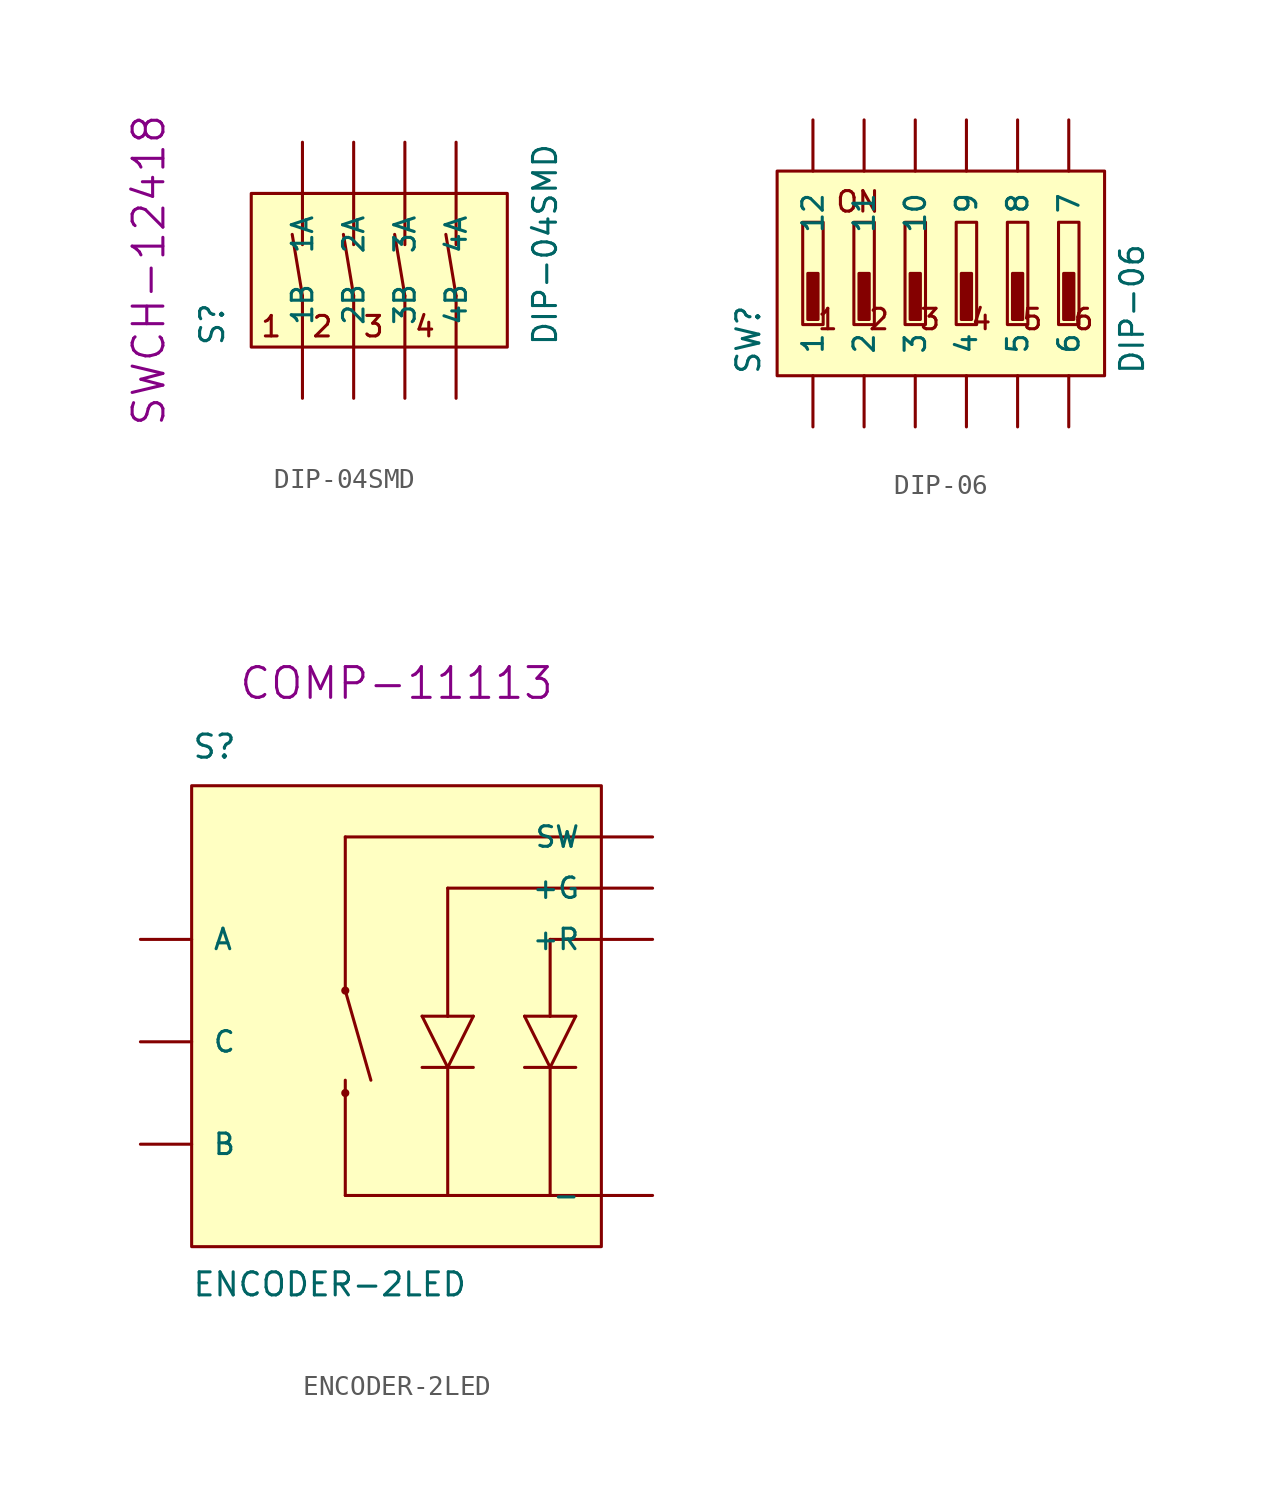
<source format=kicad_sym>
(kicad_symbol_lib
  (version 20211014)
  (generator kicad_symbol_editor)
  (symbol "DIP-04SMD"
    (pin_numbers hide)
    (pin_names
      (offset 1.016))
    (property "Reference" "S"
      (at -7.62 -3.81 90)
      (effects (font (size 1.143 1.143)) (justify left bottom)))
    (property "Value" "DIP-04SMD"
      (at 8.89 -3.81 90)
      (effects (font (size 1.143 1.143)) (justify left bottom)))
    (property "Field4" "SWCH-12418"
      (at -11.43 0 90)
      (effects (font (size 1.524 1.524))))
    (property "ki_locked" ""
      (at 0 0 0)
      (effects (font (size 1.27 1.27))))
    (symbol "DIP-04SMD_1_0"
      (polyline (pts (xy -3.81 -3.81) (xy -3.81 -1.27)) (stroke (width 0) (type default) (color 0 0 0 0)) (fill (type none)))
      (polyline (pts (xy -3.81 -1.27) (xy -4.318 1.778)) (stroke (width 0) (type default) (color 0 0 0 0)) (fill (type none)))
      (polyline (pts (xy -3.81 3.81) (xy -3.81 1.27)) (stroke (width 0) (type default) (color 0 0 0 0)) (fill (type none)))
      (polyline (pts (xy -1.27 -3.81) (xy -1.27 -1.27)) (stroke (width 0) (type default) (color 0 0 0 0)) (fill (type none)))
      (polyline (pts (xy -1.27 -1.27) (xy -1.778 1.778)) (stroke (width 0) (type default) (color 0 0 0 0)) (fill (type none)))
      (polyline (pts (xy -1.27 3.81) (xy -1.27 1.27)) (stroke (width 0) (type default) (color 0 0 0 0)) (fill (type none)))
      (polyline (pts (xy 1.27 -3.81) (xy 1.27 -1.27)) (stroke (width 0) (type default) (color 0 0 0 0)) (fill (type none)))
      (polyline (pts (xy 1.27 -1.27) (xy 0.762 1.778)) (stroke (width 0) (type default) (color 0 0 0 0)) (fill (type none)))
      (polyline (pts (xy 1.27 3.81) (xy 1.27 1.27)) (stroke (width 0) (type default) (color 0 0 0 0)) (fill (type none)))
      (polyline (pts (xy 3.81 -3.81) (xy 3.81 -1.27)) (stroke (width 0) (type default) (color 0 0 0 0)) (fill (type none)))
      (polyline (pts (xy 3.81 -1.27) (xy 3.302 1.778)) (stroke (width 0) (type default) (color 0 0 0 0)) (fill (type none)))
      (polyline (pts (xy 3.81 3.81) (xy 3.81 1.27)) (stroke (width 0) (type default) (color 0 0 0 0)) (fill (type none)))
      (text "1" (at -5.359 -2.794 0) (effects (font (size 1.016 1.016))))
      (text "2" (at -2.819 -2.794 0) (effects (font (size 1.016 1.016))))
      (text "3" (at -0.279 -2.794 0) (effects (font (size 1.016 1.016))))
      (text "4" (at 2.261 -2.794 0) (effects (font (size 1.016 1.016)))))
    (symbol "DIP-04SMD_1_1"
      (polyline (pts (xy -6.35 3.81) (xy 6.35 3.81) (xy 6.35 -3.81) (xy -6.35 -3.81) (xy -6.35 3.81)) (stroke (width 0) (type default) (color 0 0 0 0)) (fill (type background)))
      (pin bidirectional line (at -3.81 6.35 270) (length 2.54) (name "1A" (effects (font (size 1.016 1.016)))) (number "1" (effects (font (size 1.016 1.016)))))
      (pin bidirectional line (at -1.27 6.35 270) (length 2.54) (name "2A" (effects (font (size 1.016 1.016)))) (number "2" (effects (font (size 1.016 1.016)))))
      (pin bidirectional line (at 1.27 6.35 270) (length 2.54) (name "3A" (effects (font (size 1.016 1.016)))) (number "3" (effects (font (size 1.016 1.016)))))
      (pin bidirectional line (at 3.81 6.35 270) (length 2.54) (name "4A" (effects (font (size 1.016 1.016)))) (number "4" (effects (font (size 1.016 1.016)))))
      (pin bidirectional line (at 3.81 -6.35 90) (length 2.54) (name "4B" (effects (font (size 1.016 1.016)))) (number "5" (effects (font (size 1.016 1.016)))))
      (pin bidirectional line (at 1.27 -6.35 90) (length 2.54) (name "3B" (effects (font (size 1.016 1.016)))) (number "6" (effects (font (size 1.016 1.016)))))
      (pin bidirectional line (at -1.27 -6.35 90) (length 2.54) (name "2B" (effects (font (size 1.016 1.016)))) (number "7" (effects (font (size 1.016 1.016)))))
      (pin bidirectional line (at -3.81 -6.35 90) (length 2.54) (name "1B" (effects (font (size 1.016 1.016)))) (number "8" (effects (font (size 1.016 1.016)))))))
  (symbol "DIP-06"
    (pin_numbers hide)
    (pin_names
      (offset 1.016))
    (property "Reference" "SW"
      (at -7.62 -5.08 90)
      (effects (font (size 1.143 1.143)) (justify left bottom)))
    (property "Value" "DIP-06"
      (at 11.43 -5.08 90)
      (effects (font (size 1.143 1.143)) (justify left bottom)))
    (property "ki_locked" ""
      (at 0 0 0)
      (effects (font (size 1.27 1.27))))
    (symbol "DIP-06_1_0"
      (text "1" (at -4.343 -2.286 0) (effects (font (size 1.016 1.016))))
      (text "2" (at -1.803 -2.286 0) (effects (font (size 1.016 1.016))))
      (text "3" (at 0.737 -2.286 0) (effects (font (size 1.016 1.016))))
      (text "4" (at 3.277 -2.286 0) (effects (font (size 1.016 1.016))))
      (text "5" (at 5.817 -2.286 0) (effects (font (size 1.016 1.016))))
      (text "6" (at 8.357 -2.286 0) (effects (font (size 1.016 1.016))))
      (text "ON" (at -2.845 3.556 0) (effects (font (size 1.016 1.016)))))
    (symbol "DIP-06_1_1"
      (rectangle (start -5.334 -2.286) (end -4.826 0) (stroke (width 0) (type default) (color 0 0 0 0)) (fill (type outline)))
      (rectangle (start -2.794 -2.286) (end -2.286 0) (stroke (width 0) (type default) (color 0 0 0 0)) (fill (type outline)))
      (rectangle (start -0.254 -2.286) (end 0.254 0) (stroke (width 0) (type default) (color 0 0 0 0)) (fill (type outline)))
      (polyline (pts (xy -6.858 5.08) (xy 9.398 5.08) (xy 9.398 -5.08) (xy -6.858 -5.08) (xy -6.858 5.08)) (stroke (width 0) (type default) (color 0 0 0 0)) (fill (type background)))
      (polyline (pts (xy -5.588 -2.54) (xy -4.572 -2.54) (xy -4.572 2.54) (xy -5.588 2.54) (xy -5.588 -2.54)) (stroke (width 0) (type default) (color 0 0 0 0)) (fill (type background)))
      (polyline (pts (xy -3.048 -2.54) (xy -2.032 -2.54) (xy -2.032 2.54) (xy -3.048 2.54) (xy -3.048 -2.54)) (stroke (width 0) (type default) (color 0 0 0 0)) (fill (type background)))
      (polyline (pts (xy -0.508 -2.54) (xy 0.508 -2.54) (xy 0.508 2.54) (xy -0.508 2.54) (xy -0.508 -2.54)) (stroke (width 0) (type default) (color 0 0 0 0)) (fill (type background)))
      (polyline (pts (xy 2.032 -2.54) (xy 3.048 -2.54) (xy 3.048 2.54) (xy 2.032 2.54) (xy 2.032 -2.54)) (stroke (width 0) (type default) (color 0 0 0 0)) (fill (type background)))
      (polyline (pts (xy 4.572 -2.54) (xy 5.588 -2.54) (xy 5.588 2.54) (xy 4.572 2.54) (xy 4.572 -2.54)) (stroke (width 0) (type default) (color 0 0 0 0)) (fill (type background)))
      (polyline (pts (xy 7.112 -2.54) (xy 8.128 -2.54) (xy 8.128 2.54) (xy 7.112 2.54) (xy 7.112 -2.54)) (stroke (width 0) (type default) (color 0 0 0 0)) (fill (type background)))
      (rectangle (start 2.286 -2.286) (end 2.794 0) (stroke (width 0) (type default) (color 0 0 0 0)) (fill (type outline)))
      (rectangle (start 4.826 -2.286) (end 5.334 0) (stroke (width 0) (type default) (color 0 0 0 0)) (fill (type outline)))
      (rectangle (start 7.366 -2.286) (end 7.874 0) (stroke (width 0) (type default) (color 0 0 0 0)) (fill (type outline)))
      (pin bidirectional line (at -5.08 -7.62 90) (length 2.54) (name "1" (effects (font (size 1.016 1.016)))) (number "1" (effects (font (size 1.016 1.016)))))
      (pin bidirectional line (at 0 7.62 270) (length 2.54) (name "10" (effects (font (size 1.016 1.016)))) (number "10" (effects (font (size 1.016 1.016)))))
      (pin bidirectional line (at -2.54 7.62 270) (length 2.54) (name "11" (effects (font (size 1.016 1.016)))) (number "11" (effects (font (size 1.016 1.016)))))
      (pin bidirectional line (at -5.08 7.62 270) (length 2.54) (name "12" (effects (font (size 1.016 1.016)))) (number "12" (effects (font (size 1.016 1.016)))))
      (pin bidirectional line (at -2.54 -7.62 90) (length 2.54) (name "2" (effects (font (size 1.016 1.016)))) (number "2" (effects (font (size 1.016 1.016)))))
      (pin bidirectional line (at 0 -7.62 90) (length 2.54) (name "3" (effects (font (size 1.016 1.016)))) (number "3" (effects (font (size 1.016 1.016)))))
      (pin bidirectional line (at 2.54 -7.62 90) (length 2.54) (name "4" (effects (font (size 1.016 1.016)))) (number "4" (effects (font (size 1.016 1.016)))))
      (pin bidirectional line (at 5.08 -7.62 90) (length 2.54) (name "5" (effects (font (size 1.016 1.016)))) (number "5" (effects (font (size 1.016 1.016)))))
      (pin bidirectional line (at 7.62 -7.62 90) (length 2.54) (name "6" (effects (font (size 1.016 1.016)))) (number "6" (effects (font (size 1.016 1.016)))))
      (pin bidirectional line (at 7.62 7.62 270) (length 2.54) (name "7" (effects (font (size 1.016 1.016)))) (number "7" (effects (font (size 1.016 1.016)))))
      (pin bidirectional line (at 5.08 7.62 270) (length 2.54) (name "8" (effects (font (size 1.016 1.016)))) (number "8" (effects (font (size 1.016 1.016)))))
      (pin bidirectional line (at 2.54 7.62 270) (length 2.54) (name "9" (effects (font (size 1.016 1.016)))) (number "9" (effects (font (size 1.016 1.016)))))))
  (symbol "ENCODER-2LED"
    (pin_numbers hide)
    (pin_names
      (offset 1.016))
    (property "Reference" "S"
      (at -10.16 13.97 0)
      (effects (font (size 1.143 1.143)) (justify left bottom)))
    (property "Value" "ENCODER-2LED"
      (at -10.16 -12.7 0)
      (effects (font (size 1.143 1.143)) (justify left bottom)))
    (property "Field4" "COMP-11113"
      (at 0 17.78 0)
      (effects (font (size 1.524 1.524))))
    (property "ki_locked" ""
      (at 0 0 0)
      (effects (font (size 1.27 1.27))))
    (symbol "ENCODER-2LED_1_0"
      (polyline (pts (xy -2.54 -7.62) (xy 2.54 -7.62)) (stroke (width 0) (type default) (color 0 0 0 0)) (fill (type none)))
      (polyline (pts (xy -2.54 -1.905) (xy -2.54 -7.62)) (stroke (width 0) (type default) (color 0 0 0 0)) (fill (type none)))
      (polyline (pts (xy -2.54 2.54) (xy -2.54 10.16)) (stroke (width 0) (type default) (color 0 0 0 0)) (fill (type none)))
      (polyline (pts (xy -2.54 2.54) (xy -1.27 -1.905)) (stroke (width 0) (type default) (color 0 0 0 0)) (fill (type none)))
      (polyline (pts (xy -2.54 10.16) (xy 10.16 10.16)) (stroke (width 0) (type default) (color 0 0 0 0)) (fill (type none)))
      (polyline (pts (xy 2.54 -7.62) (xy 7.62 -7.62)) (stroke (width 0) (type default) (color 0 0 0 0)) (fill (type none)))
      (polyline (pts (xy 2.54 -1.27) (xy 1.27 -1.27)) (stroke (width 0) (type default) (color 0 0 0 0)) (fill (type none)))
      (polyline (pts (xy 2.54 -1.27) (xy 1.27 1.27)) (stroke (width 0) (type default) (color 0 0 0 0)) (fill (type none)))
      (polyline (pts (xy 2.54 -1.27) (xy 2.54 -7.62)) (stroke (width 0) (type default) (color 0 0 0 0)) (fill (type none)))
      (polyline (pts (xy 2.54 1.27) (xy 1.27 1.27)) (stroke (width 0) (type default) (color 0 0 0 0)) (fill (type none)))
      (polyline (pts (xy 2.54 1.27) (xy 2.54 7.62)) (stroke (width 0) (type default) (color 0 0 0 0)) (fill (type none)))
      (polyline (pts (xy 2.54 7.62) (xy 10.16 7.62)) (stroke (width 0) (type default) (color 0 0 0 0)) (fill (type none)))
      (polyline (pts (xy 3.81 -1.27) (xy 2.54 -1.27)) (stroke (width 0) (type default) (color 0 0 0 0)) (fill (type none)))
      (polyline (pts (xy 3.81 1.27) (xy 2.54 -1.27)) (stroke (width 0) (type default) (color 0 0 0 0)) (fill (type none)))
      (polyline (pts (xy 3.81 1.27) (xy 2.54 1.27)) (stroke (width 0) (type default) (color 0 0 0 0)) (fill (type none)))
      (polyline (pts (xy 7.62 -7.62) (xy 10.16 -7.62)) (stroke (width 0) (type default) (color 0 0 0 0)) (fill (type none)))
      (polyline (pts (xy 7.62 -1.27) (xy 6.35 -1.27)) (stroke (width 0) (type default) (color 0 0 0 0)) (fill (type none)))
      (polyline (pts (xy 7.62 -1.27) (xy 6.35 1.27)) (stroke (width 0) (type default) (color 0 0 0 0)) (fill (type none)))
      (polyline (pts (xy 7.62 -1.27) (xy 7.62 -7.62)) (stroke (width 0) (type default) (color 0 0 0 0)) (fill (type none)))
      (polyline (pts (xy 7.62 1.27) (xy 6.35 1.27)) (stroke (width 0) (type default) (color 0 0 0 0)) (fill (type none)))
      (polyline (pts (xy 7.62 1.27) (xy 7.62 5.08)) (stroke (width 0) (type default) (color 0 0 0 0)) (fill (type none)))
      (polyline (pts (xy 7.62 5.08) (xy 10.16 5.08)) (stroke (width 0) (type default) (color 0 0 0 0)) (fill (type none)))
      (polyline (pts (xy 8.89 -1.27) (xy 7.62 -1.27)) (stroke (width 0) (type default) (color 0 0 0 0)) (fill (type none)))
      (polyline (pts (xy 8.89 1.27) (xy 7.62 -1.27)) (stroke (width 0) (type default) (color 0 0 0 0)) (fill (type none)))
      (polyline (pts (xy 8.89 1.27) (xy 7.62 1.27)) (stroke (width 0) (type default) (color 0 0 0 0)) (fill (type none))))
    (symbol "ENCODER-2LED_1_1"
      (circle (center -2.54 -2.54) (radius 0.127) (stroke (width 0) (type default) (color 0 0 0 0)) (fill (type outline)))
      (circle (center -2.54 2.54) (radius 0.127) (stroke (width 0) (type default) (color 0 0 0 0)) (fill (type outline)))
      (polyline (pts (xy -10.16 12.7) (xy -10.16 -10.16) (xy 10.16 -10.16) (xy 10.16 -7.62) (xy 10.16 5.08) (xy 10.16 7.62) (xy 10.16 10.16) (xy 10.16 12.7) (xy -10.16 12.7)) (stroke (width 0) (type default) (color 0 0 0 0)) (fill (type background)))
      (pin passive line (at 12.7 7.62 180) (length 2.54) (name "+G" (effects (font (size 1.016 1.016)))) (number "+G" (effects (font (size 1.016 1.016)))))
      (pin passive line (at 12.7 5.08 180) (length 2.54) (name "+R" (effects (font (size 1.016 1.016)))) (number "+R" (effects (font (size 1.016 1.016)))))
      (pin bidirectional line (at -12.7 5.08 0) (length 2.54) (name "A" (effects (font (size 1.016 1.016)))) (number "A" (effects (font (size 1.016 1.016)))))
      (pin bidirectional line (at -12.7 -5.08 0) (length 2.54) (name "B" (effects (font (size 1.016 1.016)))) (number "B" (effects (font (size 1.016 1.016)))))
      (pin bidirectional line (at -12.7 0 0) (length 2.54) (name "C" (effects (font (size 1.016 1.016)))) (number "C" (effects (font (size 1.016 1.016)))))
      (pin passive line (at 12.7 -7.62 180) (length 2.54) (name "-" (effects (font (size 1.016 1.016)))) (number "GND" (effects (font (size 1.016 1.016)))))
      (pin passive line (at 12.7 10.16 180) (length 2.54) (name "SW" (effects (font (size 1.016 1.016)))) (number "SW" (effects (font (size 1.016 1.016))))))))
</source>
